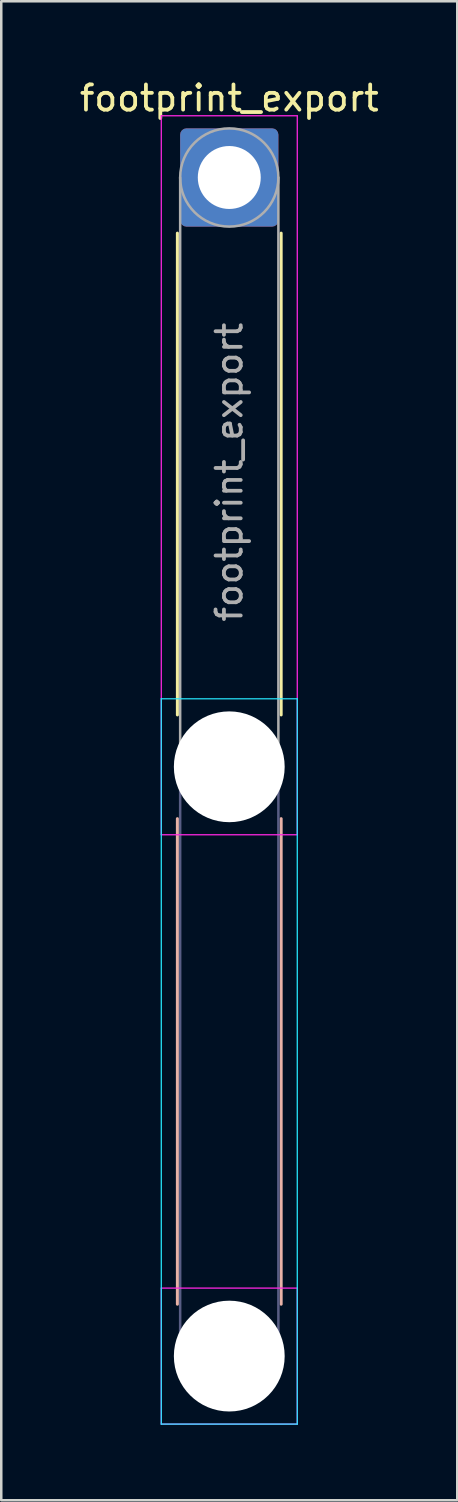
<source format=kicad_pcb>
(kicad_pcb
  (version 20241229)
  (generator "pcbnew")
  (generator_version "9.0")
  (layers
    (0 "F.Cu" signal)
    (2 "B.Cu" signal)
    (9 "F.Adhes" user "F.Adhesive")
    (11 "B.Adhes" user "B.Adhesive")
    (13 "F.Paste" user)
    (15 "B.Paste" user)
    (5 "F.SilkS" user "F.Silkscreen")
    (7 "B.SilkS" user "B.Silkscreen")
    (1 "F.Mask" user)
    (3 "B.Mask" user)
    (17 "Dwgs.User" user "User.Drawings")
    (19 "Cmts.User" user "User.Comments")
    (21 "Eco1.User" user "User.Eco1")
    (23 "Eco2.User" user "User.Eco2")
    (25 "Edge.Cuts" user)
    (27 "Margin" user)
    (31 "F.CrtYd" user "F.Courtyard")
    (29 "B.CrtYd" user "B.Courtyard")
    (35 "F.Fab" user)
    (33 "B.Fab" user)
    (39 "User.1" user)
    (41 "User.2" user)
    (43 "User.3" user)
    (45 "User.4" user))
  (footprint "footprint_export"
    (layer "F.Cu")
    (at 6.054 3.998)
    (property "Reference" "footprint_export" (at 0 -3.15 0) (layer "F.SilkS") (effects (font (size 1 1) (thickness 0.15))))
    (attr exclude_from_pos_files exclude_from_bom)
    (fp_line (start -2.06 2.21) (end -2.06 21.34) (stroke (width 0.12) (type solid)) (layer "F.SilkS"))
    (fp_line (start 2.06 2.21) (end 2.06 21.34) (stroke (width 0.12) (type solid)) (layer "F.SilkS"))
    (fp_line (start -2.06 25.46) (end -2.06 44.74) (stroke (width 0.12) (type solid)) (layer "B.SilkS"))
    (fp_line (start 2.06 25.46) (end 2.06 44.74) (stroke (width 0.12) (type solid)) (layer "B.SilkS"))
    (fp_line (start -2.7 20.7) (end -2.7 49.5) (stroke (width 0.05) (type solid)) (layer "B.CrtYd"))
    (fp_line (start -2.7 49.5) (end 2.7 49.5) (stroke (width 0.05) (type solid)) (layer "B.CrtYd"))
    (fp_line (start 2.7 20.7) (end -2.7 20.7) (stroke (width 0.05) (type solid)) (layer "B.CrtYd"))
    (fp_line (start 2.7 49.5) (end 2.7 20.7) (stroke (width 0.05) (type solid)) (layer "B.CrtYd"))
    (fp_line (start -2.7 -2.45) (end -2.7 26.1) (stroke (width 0.05) (type solid)) (layer "F.CrtYd"))
    (fp_line (start -2.7 26.1) (end 2.7 26.1) (stroke (width 0.05) (type solid)) (layer "F.CrtYd"))
    (fp_line (start -2.7 44.1) (end -2.7 49.5) (stroke (width 0.05) (type solid)) (layer "F.CrtYd"))
    (fp_line (start -2.7 49.5) (end 2.7 49.5) (stroke (width 0.05) (type solid)) (layer "F.CrtYd"))
    (fp_line (start 2.7 -2.45) (end -2.7 -2.45) (stroke (width 0.05) (type solid)) (layer "F.CrtYd"))
    (fp_line (start 2.7 26.1) (end 2.7 -2.45) (stroke (width 0.05) (type solid)) (layer "F.CrtYd"))
    (fp_line (start 2.7 44.1) (end -2.7 44.1) (stroke (width 0.05) (type solid)) (layer "F.CrtYd"))
    (fp_line (start 2.7 49.5) (end 2.7 44.1) (stroke (width 0.05) (type solid)) (layer "F.CrtYd"))
    (fp_line (start -1.95 23.4) (end -1.95 46.8) (stroke (width 0.1) (type solid)) (layer "B.Fab"))
    (fp_line (start 1.95 23.4) (end 1.95 46.8) (stroke (width 0.1) (type solid)) (layer "B.Fab"))
    (fp_circle (center 0 23.4) (end 1.95 23.4) (stroke (width 0.1) (type solid)) (fill no) (layer "B.Fab"))
    (fp_circle (center 0 46.8) (end 1.95 46.8) (stroke (width 0.1) (type solid)) (fill no) (layer "B.Fab"))
    (fp_line (start -1.95 0) (end -1.95 23.4) (stroke (width 0.1) (type solid)) (layer "F.Fab"))
    (fp_line (start 1.95 0) (end 1.95 23.4) (stroke (width 0.1) (type solid)) (layer "F.Fab"))
    (fp_circle (center 0 0) (end 1.95 0) (stroke (width 0.1) (type solid)) (fill no) (layer "F.Fab"))
    (fp_circle (center 0 23.4) (end 1.95 23.4) (stroke (width 0.1) (type solid)) (fill no) (layer "F.Fab"))
    (fp_circle (center 0 46.8) (end 1.95 46.8) (stroke (width 0.1) (type solid)) (fill no) (layer "F.Fab"))
    (fp_text user "${REFERENCE}" (at 0 11.7 90) (layer "F.Fab") (effects (font (size 1 1) (thickness 0.15))))
    (pad "" np_thru_hole circle (at 0 23.4) (size 4.4 4.4) (drill 4.4) (layers "*.Cu" "*.Mask"))
    (pad "" np_thru_hole circle (at 0 46.8) (size 4.4 4.4) (drill 4.4) (layers "*.Cu" "*.Mask"))
    (pad "1" thru_hole roundrect (at 0 0) (size 3.9 3.9) (drill 2.5) (layers "*.Cu" "*.Mask") (roundrect_rratio 0.064)))
  (gr_rect
    (start -3 -3)
    (end 15.107 56.523)
    (stroke (width 0.1) (type default))
    (fill no)
    (layer "Edge.Cuts")))
</source>
